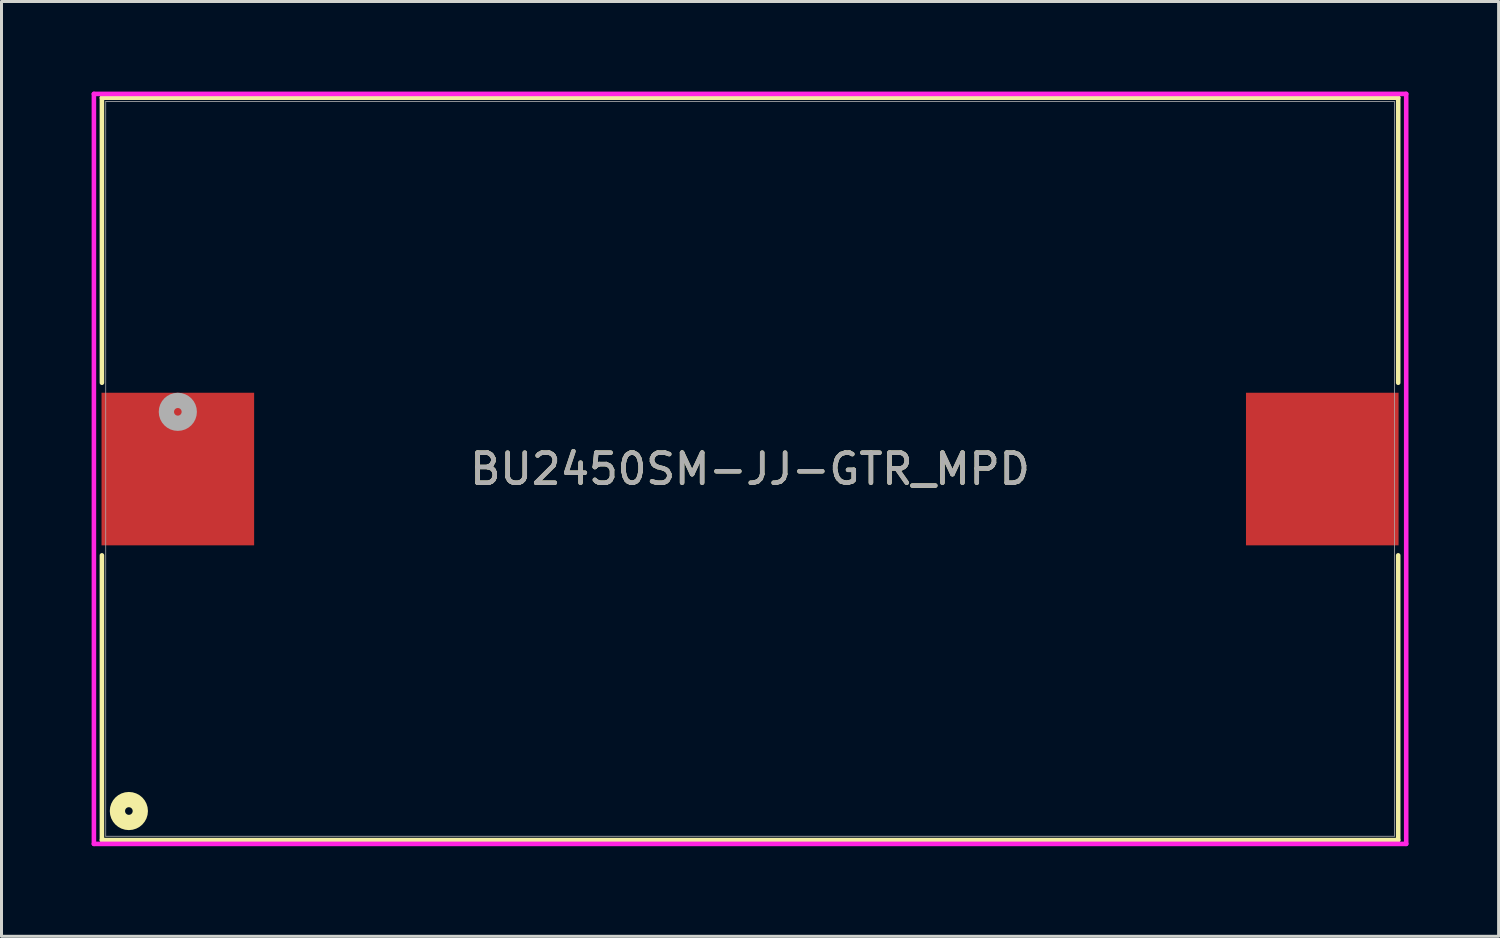
<source format=kicad_pcb>
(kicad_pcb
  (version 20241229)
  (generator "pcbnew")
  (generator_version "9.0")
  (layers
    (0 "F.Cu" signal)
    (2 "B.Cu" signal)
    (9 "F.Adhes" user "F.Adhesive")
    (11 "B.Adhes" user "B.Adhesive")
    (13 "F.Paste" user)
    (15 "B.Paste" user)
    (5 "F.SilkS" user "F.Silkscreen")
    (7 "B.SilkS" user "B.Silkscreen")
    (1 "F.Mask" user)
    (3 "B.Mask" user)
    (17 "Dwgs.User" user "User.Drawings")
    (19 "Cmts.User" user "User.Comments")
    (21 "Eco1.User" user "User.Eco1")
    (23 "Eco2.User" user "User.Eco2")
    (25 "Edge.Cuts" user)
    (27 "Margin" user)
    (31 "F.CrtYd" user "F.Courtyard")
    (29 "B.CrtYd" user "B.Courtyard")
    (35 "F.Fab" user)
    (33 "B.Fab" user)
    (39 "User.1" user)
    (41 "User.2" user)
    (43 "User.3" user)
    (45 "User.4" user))
  (footprint "BU2450SM-JJ-GTR_MPD"
    (layer "F.Cu")
    (at 21.92 12.56)
    (property "Reference" "BU2450SM-JJ-GTR_MPD" (at 0 0.005 0) (unlocked yes) (layer "F.SilkS") (effects (font (size 1 1) (thickness 0.15))))
    (attr smd)
    (fp_line (start -21.577 -12.357) (end -21.577 -2.868) (stroke (width 0.152) (type solid)) (layer "F.SilkS"))
    (fp_line (start -21.577 2.878) (end -21.577 12.357) (stroke (width 0.152) (type solid)) (layer "F.SilkS"))
    (fp_line (start -21.577 12.357) (end 21.577 12.357) (stroke (width 0.152) (type solid)) (layer "F.SilkS"))
    (fp_line (start 21.577 -12.357) (end -21.577 -12.357) (stroke (width 0.152) (type solid)) (layer "F.SilkS"))
    (fp_line (start 21.577 -2.868) (end 21.577 -12.357) (stroke (width 0.152) (type solid)) (layer "F.SilkS"))
    (fp_line (start 21.577 12.357) (end 21.577 2.878) (stroke (width 0.152) (type solid)) (layer "F.SilkS"))
    (fp_circle (center -20.68 11.39) (end -20.299 11.39) (stroke (width 0.508) (type solid)) (fill no) (layer "F.SilkS"))
    (fp_line (start -21.844 -12.484) (end -21.844 12.484) (stroke (width 0.152) (type solid)) (layer "F.CrtYd"))
    (fp_line (start -21.844 12.484) (end 21.844 12.484) (stroke (width 0.152) (type solid)) (layer "F.CrtYd"))
    (fp_line (start 21.844 -12.484) (end -21.844 -12.484) (stroke (width 0.152) (type solid)) (layer "F.CrtYd"))
    (fp_line (start 21.844 12.484) (end 21.844 -12.484) (stroke (width 0.152) (type solid)) (layer "F.CrtYd"))
    (fp_line (start -21.45 -12.23) (end -21.45 12.23) (stroke (width 0.025) (type solid)) (layer "F.Fab"))
    (fp_line (start -21.45 12.23) (end 21.45 12.23) (stroke (width 0.025) (type solid)) (layer "F.Fab"))
    (fp_line (start 21.45 -12.23) (end -21.45 -12.23) (stroke (width 0.025) (type solid)) (layer "F.Fab"))
    (fp_line (start 21.45 12.23) (end 21.45 -12.23) (stroke (width 0.025) (type solid)) (layer "F.Fab"))
    (fp_circle (center -19.05 -1.9) (end -18.669 -1.9) (stroke (width 0.508) (type solid)) (fill no) (layer "F.Fab"))
    (fp_text user "${REFERENCE}" (at 0 0.005 0) (unlocked yes) (layer "F.Fab") (effects (font (size 1 1) (thickness 0.15))))
    (pad "1" smd rect (at -19.05 0.005) (size 5.08 5.08) (layers "F.Cu" "F.Mask" "F.Paste"))
    (pad "2" smd rect (at 19.05 0.005) (size 5.08 5.08) (layers "F.Cu" "F.Mask" "F.Paste")))
  (gr_rect
    (start -3 -3)
    (end 46.84 28.121)
    (stroke (width 0.1) (type default))
    (fill no)
    (layer "Edge.Cuts")))
</source>
